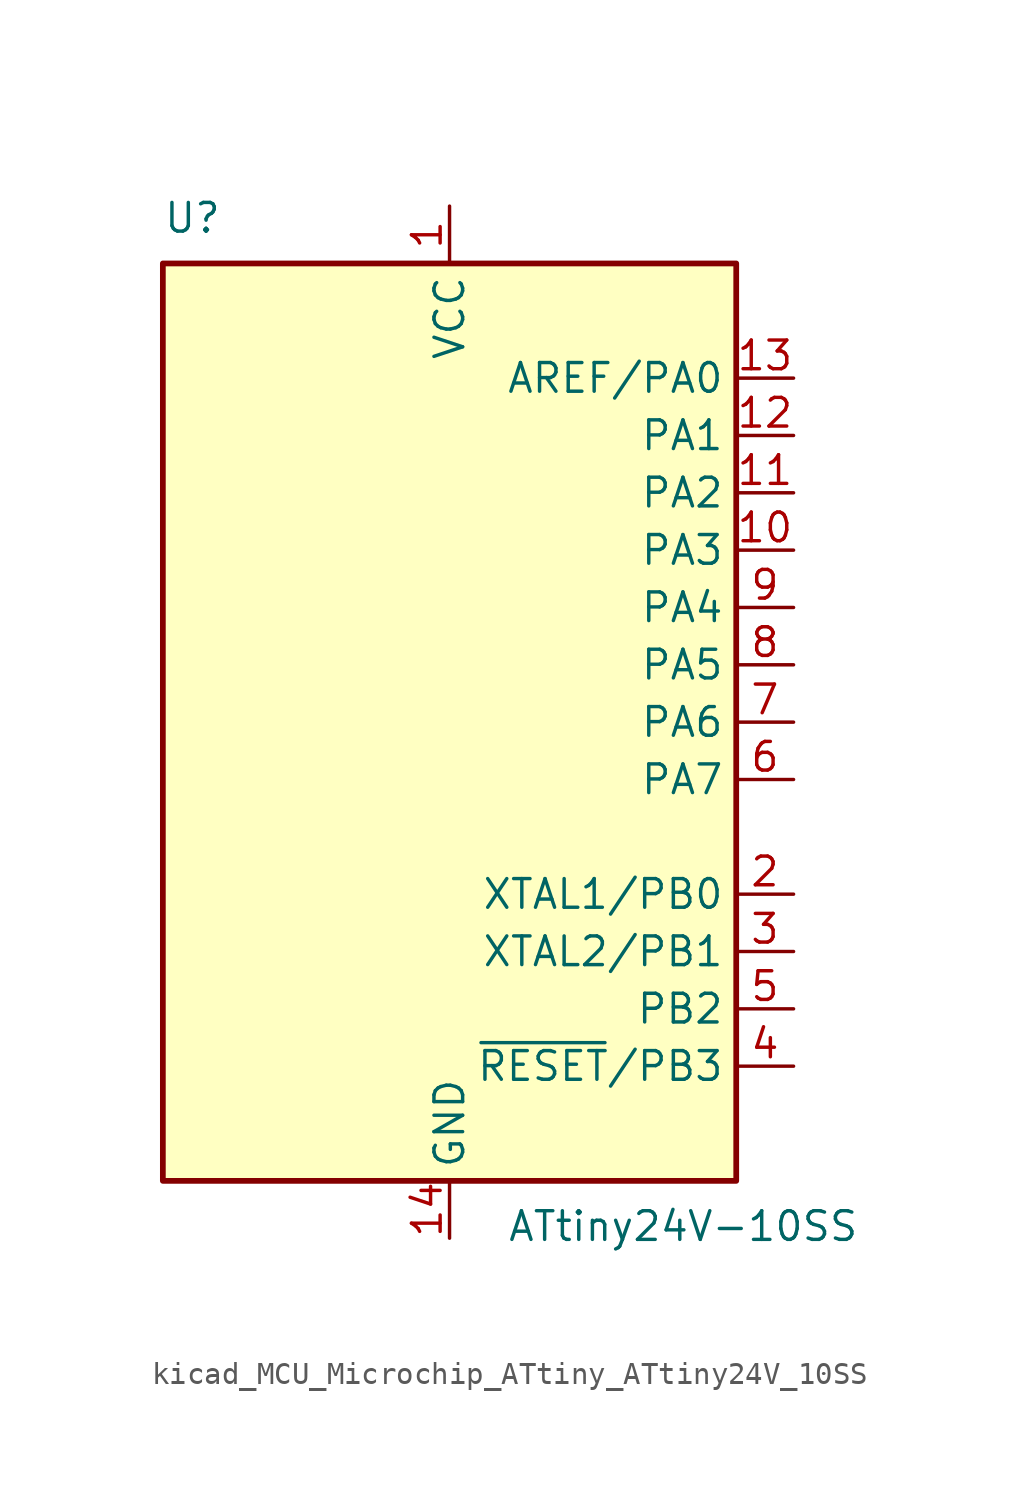
<source format=kicad_sym>
(kicad_symbol_lib
  (version 20220914)
  (generator kicad_symbol_editor)
  (symbol "kicad_MCU_Microchip_ATtiny_ATtiny24V_10SS"
    (property "Reference" "U"
      (at -12.7 21.59 0)
      (effects (font (size 1.27 1.27)) (justify left bottom)))
    (property "Value" "ATtiny24V-10SS"
      (at 2.54 -21.59 0)
      (effects (font (size 1.27 1.27)) (justify left top)))
    (symbol "kicad_MCU_Microchip_ATtiny_ATtiny24V_10SS_0_1"
      (rectangle (start -12.7 -20.32) (end 12.7 20.32) (stroke (width 0.254) (type default)) (fill (type background))))
    (symbol "kicad_MCU_Microchip_ATtiny_ATtiny24V_10SS_1_1"
      (pin power_in line (at 0 22.86 270) (length 2.54) (name "VCC" (effects (font (size 1.27 1.27)))) (number "1" (effects (font (size 1.27 1.27)))))
      (pin bidirectional line (at 15.24 7.62 180) (length 2.54) (name "PA3" (effects (font (size 1.27 1.27)))) (number "10" (effects (font (size 1.27 1.27)))))
      (pin bidirectional line (at 15.24 10.16 180) (length 2.54) (name "PA2" (effects (font (size 1.27 1.27)))) (number "11" (effects (font (size 1.27 1.27)))))
      (pin bidirectional line (at 15.24 12.7 180) (length 2.54) (name "PA1" (effects (font (size 1.27 1.27)))) (number "12" (effects (font (size 1.27 1.27)))))
      (pin bidirectional line (at 15.24 15.24 180) (length 2.54) (name "AREF/PA0" (effects (font (size 1.27 1.27)))) (number "13" (effects (font (size 1.27 1.27)))))
      (pin power_in line (at 0 -22.86 90) (length 2.54) (name "GND" (effects (font (size 1.27 1.27)))) (number "14" (effects (font (size 1.27 1.27)))))
      (pin bidirectional line (at 15.24 -7.62 180) (length 2.54) (name "XTAL1/PB0" (effects (font (size 1.27 1.27)))) (number "2" (effects (font (size 1.27 1.27)))))
      (pin bidirectional line (at 15.24 -10.16 180) (length 2.54) (name "XTAL2/PB1" (effects (font (size 1.27 1.27)))) (number "3" (effects (font (size 1.27 1.27)))))
      (pin bidirectional line (at 15.24 -15.24 180) (length 2.54) (name "~{RESET}/PB3" (effects (font (size 1.27 1.27)))) (number "4" (effects (font (size 1.27 1.27)))))
      (pin bidirectional line (at 15.24 -12.7 180) (length 2.54) (name "PB2" (effects (font (size 1.27 1.27)))) (number "5" (effects (font (size 1.27 1.27)))))
      (pin bidirectional line (at 15.24 -2.54 180) (length 2.54) (name "PA7" (effects (font (size 1.27 1.27)))) (number "6" (effects (font (size 1.27 1.27)))))
      (pin bidirectional line (at 15.24 0 180) (length 2.54) (name "PA6" (effects (font (size 1.27 1.27)))) (number "7" (effects (font (size 1.27 1.27)))))
      (pin bidirectional line (at 15.24 2.54 180) (length 2.54) (name "PA5" (effects (font (size 1.27 1.27)))) (number "8" (effects (font (size 1.27 1.27)))))
      (pin bidirectional line (at 15.24 5.08 180) (length 2.54) (name "PA4" (effects (font (size 1.27 1.27)))) (number "9" (effects (font (size 1.27 1.27))))))))
</source>
